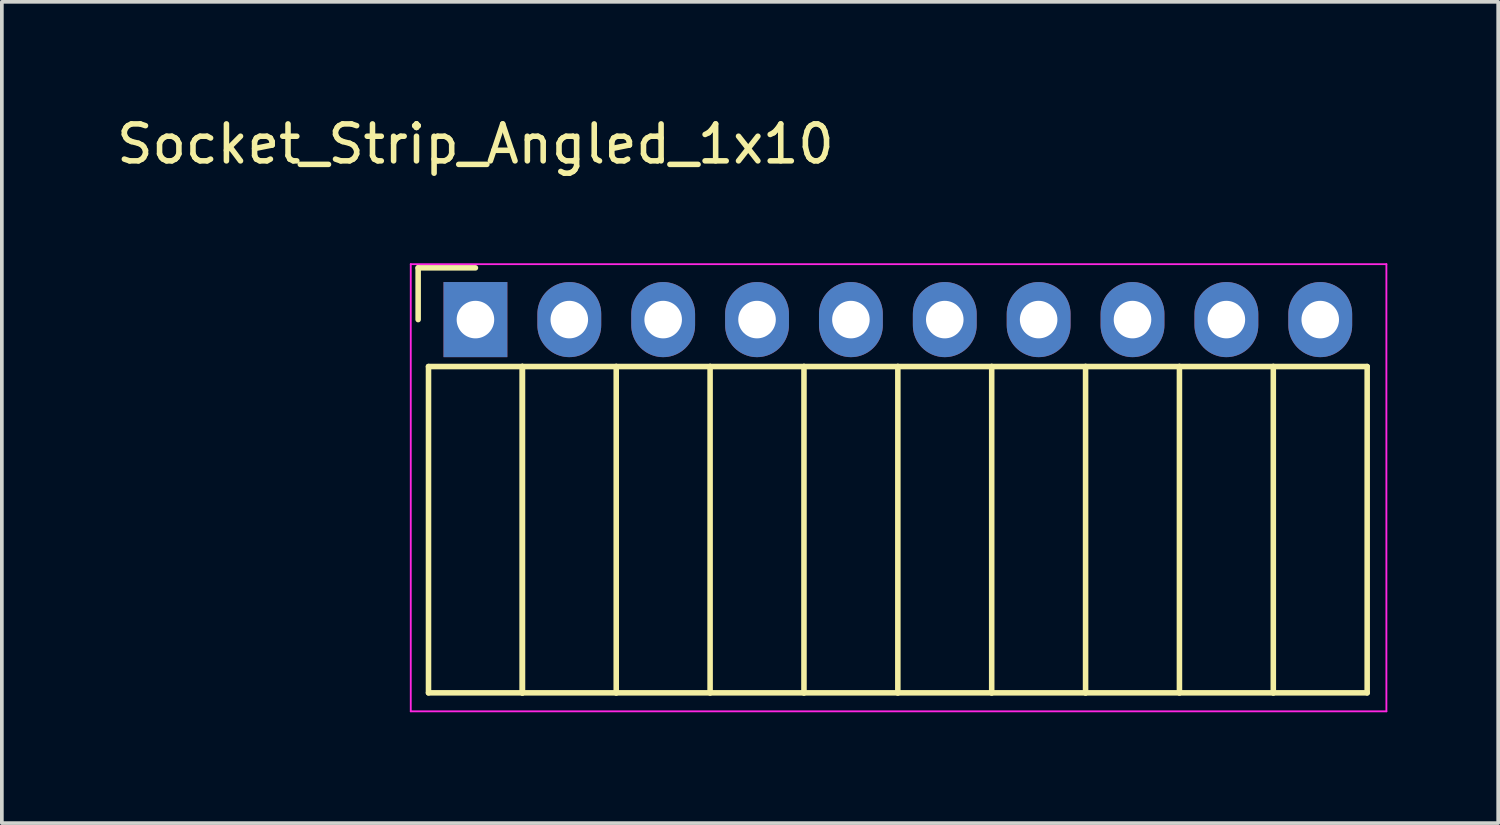
<source format=kicad_pcb>
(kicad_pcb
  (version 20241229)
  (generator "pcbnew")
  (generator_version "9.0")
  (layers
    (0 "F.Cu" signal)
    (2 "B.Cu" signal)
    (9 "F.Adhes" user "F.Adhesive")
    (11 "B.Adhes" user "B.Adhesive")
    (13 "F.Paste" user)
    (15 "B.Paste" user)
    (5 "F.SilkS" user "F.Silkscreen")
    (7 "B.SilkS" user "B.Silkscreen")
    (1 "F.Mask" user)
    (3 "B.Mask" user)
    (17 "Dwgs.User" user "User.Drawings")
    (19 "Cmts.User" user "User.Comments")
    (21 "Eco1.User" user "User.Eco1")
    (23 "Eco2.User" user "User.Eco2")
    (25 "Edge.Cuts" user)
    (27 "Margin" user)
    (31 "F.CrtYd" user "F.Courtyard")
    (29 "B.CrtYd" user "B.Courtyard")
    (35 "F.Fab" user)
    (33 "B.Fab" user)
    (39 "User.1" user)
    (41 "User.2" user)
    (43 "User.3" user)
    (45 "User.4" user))
  (footprint "Socket_Strip_Angled_1x10"
    (layer "F.Cu")
    (at 9.815 5.598)
    (property "Reference" "Socket_Strip_Angled_1x10" (at 0 -4.75 0) (layer "F.SilkS") (effects (font (size 1 1) (thickness 0.15))))
    (attr through_hole)
    (fp_line (start -1.55 -1.4) (end -1.55 0) (stroke (width 0.15) (type solid)) (layer "F.SilkS"))
    (fp_line (start -1.27 1.27) (end -1.27 10.1) (stroke (width 0.15) (type solid)) (layer "F.SilkS"))
    (fp_line (start -1.27 1.27) (end 1.27 1.27) (stroke (width 0.15) (type solid)) (layer "F.SilkS"))
    (fp_line (start -1.27 10.1) (end 1.27 10.1) (stroke (width 0.15) (type solid)) (layer "F.SilkS"))
    (fp_line (start 0 -1.4) (end -1.55 -1.4) (stroke (width 0.15) (type solid)) (layer "F.SilkS"))
    (fp_line (start 1.27 1.27) (end 1.27 10.1) (stroke (width 0.15) (type solid)) (layer "F.SilkS"))
    (fp_line (start 1.27 1.27) (end 3.81 1.27) (stroke (width 0.15) (type solid)) (layer "F.SilkS"))
    (fp_line (start 1.27 10.1) (end 1.27 1.27) (stroke (width 0.15) (type solid)) (layer "F.SilkS"))
    (fp_line (start 1.27 10.1) (end 3.81 10.1) (stroke (width 0.15) (type solid)) (layer "F.SilkS"))
    (fp_line (start 3.81 1.27) (end 6.35 1.27) (stroke (width 0.15) (type solid)) (layer "F.SilkS"))
    (fp_line (start 3.81 10.1) (end 3.81 1.27) (stroke (width 0.15) (type solid)) (layer "F.SilkS"))
    (fp_line (start 3.81 10.1) (end 6.35 10.1) (stroke (width 0.15) (type solid)) (layer "F.SilkS"))
    (fp_line (start 6.35 1.27) (end 8.89 1.27) (stroke (width 0.15) (type solid)) (layer "F.SilkS"))
    (fp_line (start 6.35 10.1) (end 6.35 1.27) (stroke (width 0.15) (type solid)) (layer "F.SilkS"))
    (fp_line (start 6.35 10.1) (end 8.89 10.1) (stroke (width 0.15) (type solid)) (layer "F.SilkS"))
    (fp_line (start 8.89 1.27) (end 11.43 1.27) (stroke (width 0.15) (type solid)) (layer "F.SilkS"))
    (fp_line (start 8.89 10.1) (end 8.89 1.27) (stroke (width 0.15) (type solid)) (layer "F.SilkS"))
    (fp_line (start 8.89 10.1) (end 11.43 10.1) (stroke (width 0.15) (type solid)) (layer "F.SilkS"))
    (fp_line (start 11.43 1.27) (end 13.97 1.27) (stroke (width 0.15) (type solid)) (layer "F.SilkS"))
    (fp_line (start 11.43 10.1) (end 11.43 1.27) (stroke (width 0.15) (type solid)) (layer "F.SilkS"))
    (fp_line (start 11.43 10.1) (end 13.97 10.1) (stroke (width 0.15) (type solid)) (layer "F.SilkS"))
    (fp_line (start 13.97 1.27) (end 16.51 1.27) (stroke (width 0.15) (type solid)) (layer "F.SilkS"))
    (fp_line (start 13.97 10.1) (end 13.97 1.27) (stroke (width 0.15) (type solid)) (layer "F.SilkS"))
    (fp_line (start 13.97 10.1) (end 16.51 10.1) (stroke (width 0.15) (type solid)) (layer "F.SilkS"))
    (fp_line (start 16.51 1.27) (end 19.05 1.27) (stroke (width 0.15) (type solid)) (layer "F.SilkS"))
    (fp_line (start 16.51 10.1) (end 16.51 1.27) (stroke (width 0.15) (type solid)) (layer "F.SilkS"))
    (fp_line (start 16.51 10.1) (end 19.05 10.1) (stroke (width 0.15) (type solid)) (layer "F.SilkS"))
    (fp_line (start 19.05 1.27) (end 21.59 1.27) (stroke (width 0.15) (type solid)) (layer "F.SilkS"))
    (fp_line (start 19.05 10.1) (end 19.05 1.27) (stroke (width 0.15) (type solid)) (layer "F.SilkS"))
    (fp_line (start 19.05 10.1) (end 21.59 10.1) (stroke (width 0.15) (type solid)) (layer "F.SilkS"))
    (fp_line (start 21.59 1.27) (end 24.13 1.27) (stroke (width 0.15) (type solid)) (layer "F.SilkS"))
    (fp_line (start 21.59 10.1) (end 21.59 1.27) (stroke (width 0.15) (type solid)) (layer "F.SilkS"))
    (fp_line (start 21.59 10.1) (end 24.13 10.1) (stroke (width 0.15) (type solid)) (layer "F.SilkS"))
    (fp_line (start 24.13 10.1) (end 24.13 1.27) (stroke (width 0.15) (type solid)) (layer "F.SilkS"))
    (fp_line (start -1.75 -1.5) (end -1.75 10.6) (stroke (width 0.05) (type solid)) (layer "F.CrtYd"))
    (fp_line (start -1.75 -1.5) (end 24.65 -1.5) (stroke (width 0.05) (type solid)) (layer "F.CrtYd"))
    (fp_line (start -1.75 10.6) (end 24.65 10.6) (stroke (width 0.05) (type solid)) (layer "F.CrtYd"))
    (fp_line (start 24.65 -1.5) (end 24.65 10.6) (stroke (width 0.05) (type solid)) (layer "F.CrtYd"))
    (pad "1" thru_hole rect (at 0 0) (size 1.727 2.032) (drill 1.016) (layers "*.Cu" "*.Mask"))
    (pad "2" thru_hole oval (at 2.54 0) (size 1.727 2.032) (drill 1.016) (layers "*.Cu" "*.Mask"))
    (pad "3" thru_hole oval (at 5.08 0) (size 1.727 2.032) (drill 1.016) (layers "*.Cu" "*.Mask"))
    (pad "4" thru_hole oval (at 7.62 0) (size 1.727 2.032) (drill 1.016) (layers "*.Cu" "*.Mask"))
    (pad "5" thru_hole oval (at 10.16 0) (size 1.727 2.032) (drill 1.016) (layers "*.Cu" "*.Mask"))
    (pad "6" thru_hole oval (at 12.7 0) (size 1.727 2.032) (drill 1.016) (layers "*.Cu" "*.Mask"))
    (pad "7" thru_hole oval (at 15.24 0) (size 1.727 2.032) (drill 1.016) (layers "*.Cu" "*.Mask"))
    (pad "8" thru_hole oval (at 17.78 0) (size 1.727 2.032) (drill 1.016) (layers "*.Cu" "*.Mask"))
    (pad "9" thru_hole oval (at 20.32 0) (size 1.727 2.032) (drill 1.016) (layers "*.Cu" "*.Mask"))
    (pad "10" thru_hole oval (at 22.86 0) (size 1.727 2.032) (drill 1.016) (layers "*.Cu" "*.Mask")))
  (gr_rect
    (start -3 -3)
    (end 37.49 19.223)
    (stroke (width 0.1) (type default))
    (fill no)
    (layer "Edge.Cuts")))
</source>
